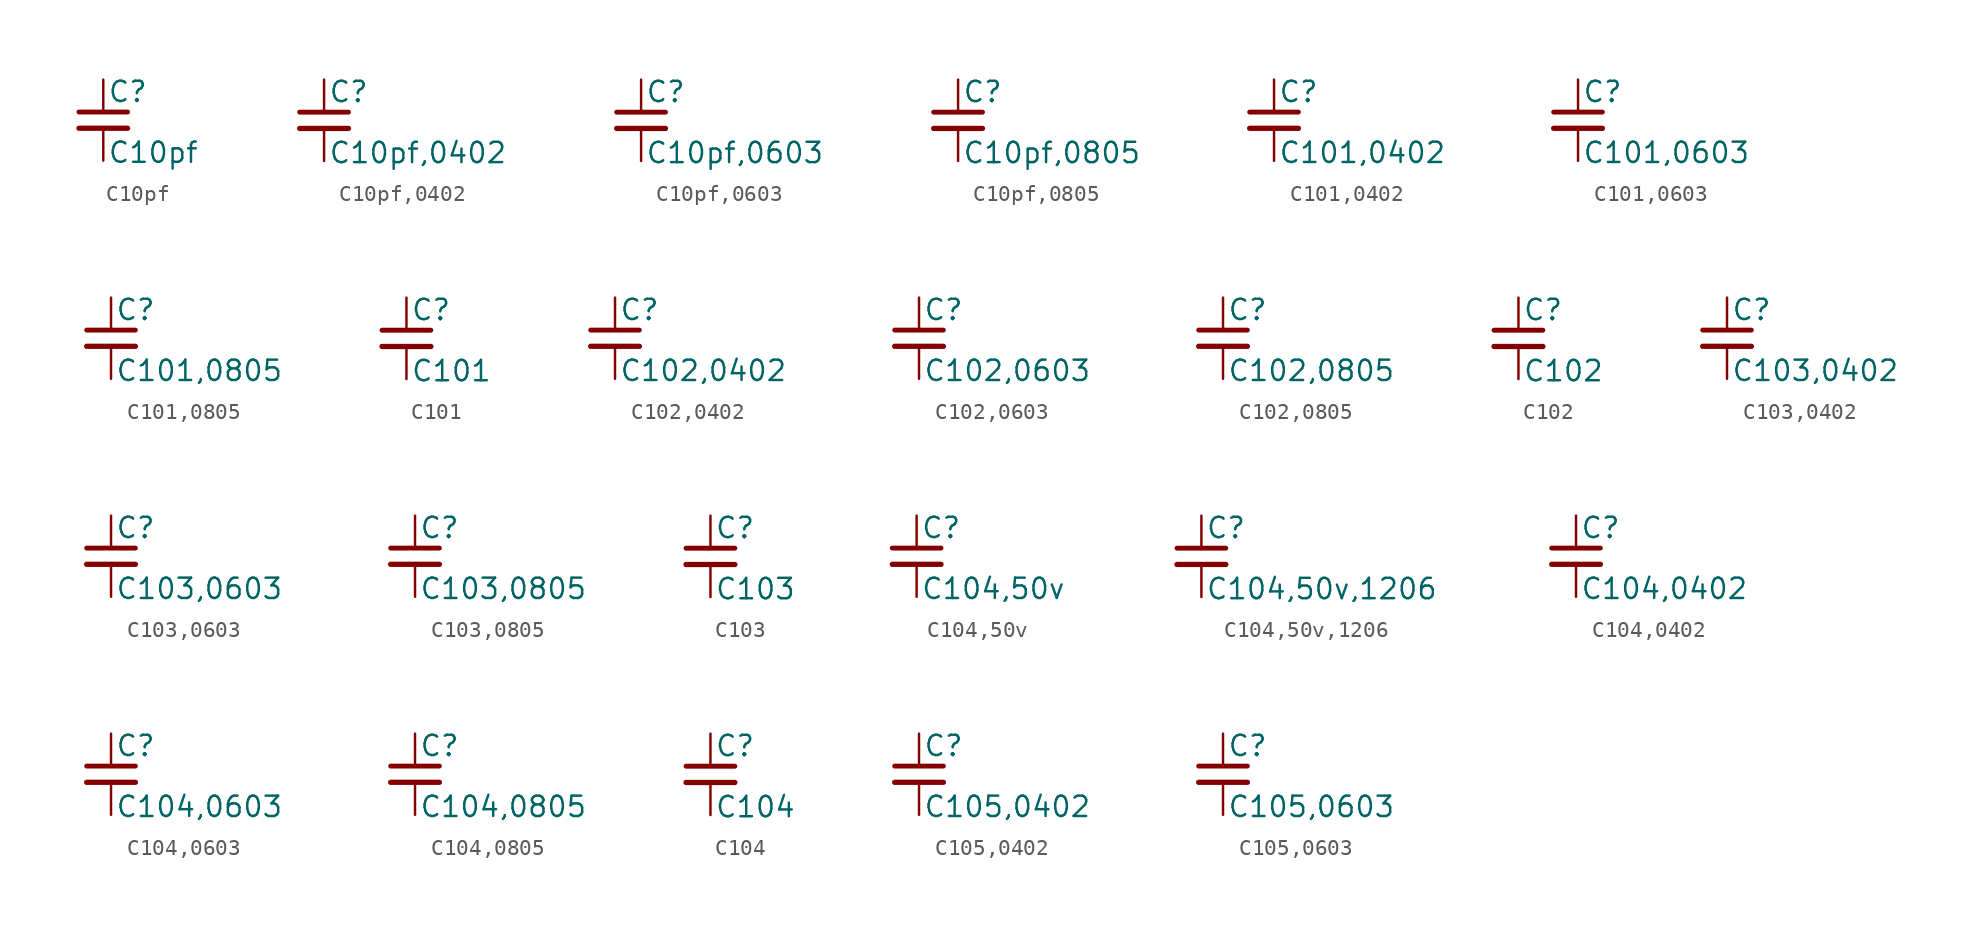
<source format=kicad_sym>
(kicad_symbol_lib
  (version 20211014)
  (generator kicad_symbol_editor)
  (symbol "C10pf"
    (pin_numbers hide)
    (pin_names
      (offset 0.254) hide)
    (property "Reference" "C"
      (at 0.254 1.778 0)
      (effects (font (size 1.27 1.27)) (justify left)))
    (property "Value" "C10pf"
      (at 0.254 -2.032 0)
      (effects (font (size 1.27 1.27)) (justify left)))
    (symbol "C10pf_0_1"
      (polyline (pts (xy -1.524 -0.508) (xy 1.524 -0.508)) (stroke (width 0.33) (type default) (color 0 0 0 0)) (fill (type none)))
      (polyline (pts (xy -1.524 0.508) (xy 1.524 0.508)) (stroke (width 0.305) (type default) (color 0 0 0 0)) (fill (type none))))
    (symbol "C10pf_1_1"
      (pin passive line (at 0 2.54 270) (length 2.032) (name "~" (effects (font (size 1.27 1.27)))) (number "1" (effects (font (size 1.27 1.27)))))
      (pin passive line (at 0 -2.54 90) (length 2.032) (name "~" (effects (font (size 1.27 1.27)))) (number "2" (effects (font (size 1.27 1.27)))))))
  (symbol "C10pf,0402"
    (pin_numbers hide)
    (pin_names
      (offset 0.254) hide)
    (property "Reference" "C"
      (at 0.254 1.778 0)
      (effects (font (size 1.27 1.27)) (justify left)))
    (property "Value" "C10pf,0402"
      (at 0.254 -2.032 0)
      (effects (font (size 1.27 1.27)) (justify left)))
    (symbol "C10pf,0402_0_1"
      (polyline (pts (xy -1.524 -0.508) (xy 1.524 -0.508)) (stroke (width 0.33) (type default) (color 0 0 0 0)) (fill (type none)))
      (polyline (pts (xy -1.524 0.508) (xy 1.524 0.508)) (stroke (width 0.305) (type default) (color 0 0 0 0)) (fill (type none))))
    (symbol "C10pf,0402_1_1"
      (pin passive line (at 0 2.54 270) (length 2.032) (name "~" (effects (font (size 1.27 1.27)))) (number "1" (effects (font (size 1.27 1.27)))))
      (pin passive line (at 0 -2.54 90) (length 2.032) (name "~" (effects (font (size 1.27 1.27)))) (number "2" (effects (font (size 1.27 1.27)))))))
  (symbol "C10pf,0603"
    (pin_numbers hide)
    (pin_names
      (offset 0.254) hide)
    (property "Reference" "C"
      (at 0.254 1.778 0)
      (effects (font (size 1.27 1.27)) (justify left)))
    (property "Value" "C10pf,0603"
      (at 0.254 -2.032 0)
      (effects (font (size 1.27 1.27)) (justify left)))
    (symbol "C10pf,0603_0_1"
      (polyline (pts (xy -1.524 -0.508) (xy 1.524 -0.508)) (stroke (width 0.33) (type default) (color 0 0 0 0)) (fill (type none)))
      (polyline (pts (xy -1.524 0.508) (xy 1.524 0.508)) (stroke (width 0.305) (type default) (color 0 0 0 0)) (fill (type none))))
    (symbol "C10pf,0603_1_1"
      (pin passive line (at 0 2.54 270) (length 2.032) (name "~" (effects (font (size 1.27 1.27)))) (number "1" (effects (font (size 1.27 1.27)))))
      (pin passive line (at 0 -2.54 90) (length 2.032) (name "~" (effects (font (size 1.27 1.27)))) (number "2" (effects (font (size 1.27 1.27)))))))
  (symbol "C10pf,0805"
    (pin_numbers hide)
    (pin_names
      (offset 0.254) hide)
    (property "Reference" "C"
      (at 0.254 1.778 0)
      (effects (font (size 1.27 1.27)) (justify left)))
    (property "Value" "C10pf,0805"
      (at 0.254 -2.032 0)
      (effects (font (size 1.27 1.27)) (justify left)))
    (symbol "C10pf,0805_0_1"
      (polyline (pts (xy -1.524 -0.508) (xy 1.524 -0.508)) (stroke (width 0.33) (type default) (color 0 0 0 0)) (fill (type none)))
      (polyline (pts (xy -1.524 0.508) (xy 1.524 0.508)) (stroke (width 0.305) (type default) (color 0 0 0 0)) (fill (type none))))
    (symbol "C10pf,0805_1_1"
      (pin passive line (at 0 2.54 270) (length 2.032) (name "~" (effects (font (size 1.27 1.27)))) (number "1" (effects (font (size 1.27 1.27)))))
      (pin passive line (at 0 -2.54 90) (length 2.032) (name "~" (effects (font (size 1.27 1.27)))) (number "2" (effects (font (size 1.27 1.27)))))))
  (symbol "C101,0402"
    (pin_numbers hide)
    (pin_names
      (offset 0.254) hide)
    (property "Reference" "C"
      (at 0.254 1.778 0)
      (effects (font (size 1.27 1.27)) (justify left)))
    (property "Value" "C101,0402"
      (at 0.254 -2.032 0)
      (effects (font (size 1.27 1.27)) (justify left)))
    (symbol "C101,0402_0_1"
      (polyline (pts (xy -1.524 -0.508) (xy 1.524 -0.508)) (stroke (width 0.33) (type default) (color 0 0 0 0)) (fill (type none)))
      (polyline (pts (xy -1.524 0.508) (xy 1.524 0.508)) (stroke (width 0.305) (type default) (color 0 0 0 0)) (fill (type none))))
    (symbol "C101,0402_1_1"
      (pin passive line (at 0 2.54 270) (length 2.032) (name "~" (effects (font (size 1.27 1.27)))) (number "1" (effects (font (size 1.27 1.27)))))
      (pin passive line (at 0 -2.54 90) (length 2.032) (name "~" (effects (font (size 1.27 1.27)))) (number "2" (effects (font (size 1.27 1.27)))))))
  (symbol "C101,0603"
    (pin_numbers hide)
    (pin_names
      (offset 0.254) hide)
    (property "Reference" "C"
      (at 0.254 1.778 0)
      (effects (font (size 1.27 1.27)) (justify left)))
    (property "Value" "C101,0603"
      (at 0.254 -2.032 0)
      (effects (font (size 1.27 1.27)) (justify left)))
    (symbol "C101,0603_0_1"
      (polyline (pts (xy -1.524 -0.508) (xy 1.524 -0.508)) (stroke (width 0.33) (type default) (color 0 0 0 0)) (fill (type none)))
      (polyline (pts (xy -1.524 0.508) (xy 1.524 0.508)) (stroke (width 0.305) (type default) (color 0 0 0 0)) (fill (type none))))
    (symbol "C101,0603_1_1"
      (pin passive line (at 0 2.54 270) (length 2.032) (name "~" (effects (font (size 1.27 1.27)))) (number "1" (effects (font (size 1.27 1.27)))))
      (pin passive line (at 0 -2.54 90) (length 2.032) (name "~" (effects (font (size 1.27 1.27)))) (number "2" (effects (font (size 1.27 1.27)))))))
  (symbol "C101,0805"
    (pin_numbers hide)
    (pin_names
      (offset 0.254) hide)
    (property "Reference" "C"
      (at 0.254 1.778 0)
      (effects (font (size 1.27 1.27)) (justify left)))
    (property "Value" "C101,0805"
      (at 0.254 -2.032 0)
      (effects (font (size 1.27 1.27)) (justify left)))
    (symbol "C101,0805_0_1"
      (polyline (pts (xy -1.524 -0.508) (xy 1.524 -0.508)) (stroke (width 0.33) (type default) (color 0 0 0 0)) (fill (type none)))
      (polyline (pts (xy -1.524 0.508) (xy 1.524 0.508)) (stroke (width 0.305) (type default) (color 0 0 0 0)) (fill (type none))))
    (symbol "C101,0805_1_1"
      (pin passive line (at 0 2.54 270) (length 2.032) (name "~" (effects (font (size 1.27 1.27)))) (number "1" (effects (font (size 1.27 1.27)))))
      (pin passive line (at 0 -2.54 90) (length 2.032) (name "~" (effects (font (size 1.27 1.27)))) (number "2" (effects (font (size 1.27 1.27)))))))
  (symbol "C101"
    (pin_numbers hide)
    (pin_names
      (offset 0.254) hide)
    (property "Reference" "C"
      (at 0.254 1.778 0)
      (effects (font (size 1.27 1.27)) (justify left)))
    (property "Value" "C101"
      (at 0.254 -2.032 0)
      (effects (font (size 1.27 1.27)) (justify left)))
    (symbol "C101_0_1"
      (polyline (pts (xy -1.524 -0.508) (xy 1.524 -0.508)) (stroke (width 0.33) (type default) (color 0 0 0 0)) (fill (type none)))
      (polyline (pts (xy -1.524 0.508) (xy 1.524 0.508)) (stroke (width 0.305) (type default) (color 0 0 0 0)) (fill (type none))))
    (symbol "C101_1_1"
      (pin passive line (at 0 2.54 270) (length 2.032) (name "~" (effects (font (size 1.27 1.27)))) (number "1" (effects (font (size 1.27 1.27)))))
      (pin passive line (at 0 -2.54 90) (length 2.032) (name "~" (effects (font (size 1.27 1.27)))) (number "2" (effects (font (size 1.27 1.27)))))))
  (symbol "C102,0402"
    (pin_numbers hide)
    (pin_names
      (offset 0.254) hide)
    (property "Reference" "C"
      (at 0.254 1.778 0)
      (effects (font (size 1.27 1.27)) (justify left)))
    (property "Value" "C102,0402"
      (at 0.254 -2.032 0)
      (effects (font (size 1.27 1.27)) (justify left)))
    (symbol "C102,0402_0_1"
      (polyline (pts (xy -1.524 -0.508) (xy 1.524 -0.508)) (stroke (width 0.33) (type default) (color 0 0 0 0)) (fill (type none)))
      (polyline (pts (xy -1.524 0.508) (xy 1.524 0.508)) (stroke (width 0.305) (type default) (color 0 0 0 0)) (fill (type none))))
    (symbol "C102,0402_1_1"
      (pin passive line (at 0 2.54 270) (length 2.032) (name "~" (effects (font (size 1.27 1.27)))) (number "1" (effects (font (size 1.27 1.27)))))
      (pin passive line (at 0 -2.54 90) (length 2.032) (name "~" (effects (font (size 1.27 1.27)))) (number "2" (effects (font (size 1.27 1.27)))))))
  (symbol "C102,0603"
    (pin_numbers hide)
    (pin_names
      (offset 0.254) hide)
    (property "Reference" "C"
      (at 0.254 1.778 0)
      (effects (font (size 1.27 1.27)) (justify left)))
    (property "Value" "C102,0603"
      (at 0.254 -2.032 0)
      (effects (font (size 1.27 1.27)) (justify left)))
    (symbol "C102,0603_0_1"
      (polyline (pts (xy -1.524 -0.508) (xy 1.524 -0.508)) (stroke (width 0.33) (type default) (color 0 0 0 0)) (fill (type none)))
      (polyline (pts (xy -1.524 0.508) (xy 1.524 0.508)) (stroke (width 0.305) (type default) (color 0 0 0 0)) (fill (type none))))
    (symbol "C102,0603_1_1"
      (pin passive line (at 0 2.54 270) (length 2.032) (name "~" (effects (font (size 1.27 1.27)))) (number "1" (effects (font (size 1.27 1.27)))))
      (pin passive line (at 0 -2.54 90) (length 2.032) (name "~" (effects (font (size 1.27 1.27)))) (number "2" (effects (font (size 1.27 1.27)))))))
  (symbol "C102,0805"
    (pin_numbers hide)
    (pin_names
      (offset 0.254) hide)
    (property "Reference" "C"
      (at 0.254 1.778 0)
      (effects (font (size 1.27 1.27)) (justify left)))
    (property "Value" "C102,0805"
      (at 0.254 -2.032 0)
      (effects (font (size 1.27 1.27)) (justify left)))
    (symbol "C102,0805_0_1"
      (polyline (pts (xy -1.524 -0.508) (xy 1.524 -0.508)) (stroke (width 0.33) (type default) (color 0 0 0 0)) (fill (type none)))
      (polyline (pts (xy -1.524 0.508) (xy 1.524 0.508)) (stroke (width 0.305) (type default) (color 0 0 0 0)) (fill (type none))))
    (symbol "C102,0805_1_1"
      (pin passive line (at 0 2.54 270) (length 2.032) (name "~" (effects (font (size 1.27 1.27)))) (number "1" (effects (font (size 1.27 1.27)))))
      (pin passive line (at 0 -2.54 90) (length 2.032) (name "~" (effects (font (size 1.27 1.27)))) (number "2" (effects (font (size 1.27 1.27)))))))
  (symbol "C102"
    (pin_numbers hide)
    (pin_names
      (offset 0.254) hide)
    (property "Reference" "C"
      (at 0.254 1.778 0)
      (effects (font (size 1.27 1.27)) (justify left)))
    (property "Value" "C102"
      (at 0.254 -2.032 0)
      (effects (font (size 1.27 1.27)) (justify left)))
    (symbol "C102_0_1"
      (polyline (pts (xy -1.524 -0.508) (xy 1.524 -0.508)) (stroke (width 0.33) (type default) (color 0 0 0 0)) (fill (type none)))
      (polyline (pts (xy -1.524 0.508) (xy 1.524 0.508)) (stroke (width 0.305) (type default) (color 0 0 0 0)) (fill (type none))))
    (symbol "C102_1_1"
      (pin passive line (at 0 2.54 270) (length 2.032) (name "~" (effects (font (size 1.27 1.27)))) (number "1" (effects (font (size 1.27 1.27)))))
      (pin passive line (at 0 -2.54 90) (length 2.032) (name "~" (effects (font (size 1.27 1.27)))) (number "2" (effects (font (size 1.27 1.27)))))))
  (symbol "C103,0402"
    (pin_numbers hide)
    (pin_names
      (offset 0.254) hide)
    (property "Reference" "C"
      (at 0.254 1.778 0)
      (effects (font (size 1.27 1.27)) (justify left)))
    (property "Value" "C103,0402"
      (at 0.254 -2.032 0)
      (effects (font (size 1.27 1.27)) (justify left)))
    (symbol "C103,0402_0_1"
      (polyline (pts (xy -1.524 -0.508) (xy 1.524 -0.508)) (stroke (width 0.33) (type default) (color 0 0 0 0)) (fill (type none)))
      (polyline (pts (xy -1.524 0.508) (xy 1.524 0.508)) (stroke (width 0.305) (type default) (color 0 0 0 0)) (fill (type none))))
    (symbol "C103,0402_1_1"
      (pin passive line (at 0 2.54 270) (length 2.032) (name "~" (effects (font (size 1.27 1.27)))) (number "1" (effects (font (size 1.27 1.27)))))
      (pin passive line (at 0 -2.54 90) (length 2.032) (name "~" (effects (font (size 1.27 1.27)))) (number "2" (effects (font (size 1.27 1.27)))))))
  (symbol "C103,0603"
    (pin_numbers hide)
    (pin_names
      (offset 0.254) hide)
    (property "Reference" "C"
      (at 0.254 1.778 0)
      (effects (font (size 1.27 1.27)) (justify left)))
    (property "Value" "C103,0603"
      (at 0.254 -2.032 0)
      (effects (font (size 1.27 1.27)) (justify left)))
    (symbol "C103,0603_0_1"
      (polyline (pts (xy -1.524 -0.508) (xy 1.524 -0.508)) (stroke (width 0.33) (type default) (color 0 0 0 0)) (fill (type none)))
      (polyline (pts (xy -1.524 0.508) (xy 1.524 0.508)) (stroke (width 0.305) (type default) (color 0 0 0 0)) (fill (type none))))
    (symbol "C103,0603_1_1"
      (pin passive line (at 0 2.54 270) (length 2.032) (name "~" (effects (font (size 1.27 1.27)))) (number "1" (effects (font (size 1.27 1.27)))))
      (pin passive line (at 0 -2.54 90) (length 2.032) (name "~" (effects (font (size 1.27 1.27)))) (number "2" (effects (font (size 1.27 1.27)))))))
  (symbol "C103,0805"
    (pin_numbers hide)
    (pin_names
      (offset 0.254) hide)
    (property "Reference" "C"
      (at 0.254 1.778 0)
      (effects (font (size 1.27 1.27)) (justify left)))
    (property "Value" "C103,0805"
      (at 0.254 -2.032 0)
      (effects (font (size 1.27 1.27)) (justify left)))
    (symbol "C103,0805_0_1"
      (polyline (pts (xy -1.524 -0.508) (xy 1.524 -0.508)) (stroke (width 0.33) (type default) (color 0 0 0 0)) (fill (type none)))
      (polyline (pts (xy -1.524 0.508) (xy 1.524 0.508)) (stroke (width 0.305) (type default) (color 0 0 0 0)) (fill (type none))))
    (symbol "C103,0805_1_1"
      (pin passive line (at 0 2.54 270) (length 2.032) (name "~" (effects (font (size 1.27 1.27)))) (number "1" (effects (font (size 1.27 1.27)))))
      (pin passive line (at 0 -2.54 90) (length 2.032) (name "~" (effects (font (size 1.27 1.27)))) (number "2" (effects (font (size 1.27 1.27)))))))
  (symbol "C103"
    (pin_numbers hide)
    (pin_names
      (offset 0.254) hide)
    (property "Reference" "C"
      (at 0.254 1.778 0)
      (effects (font (size 1.27 1.27)) (justify left)))
    (property "Value" "C103"
      (at 0.254 -2.032 0)
      (effects (font (size 1.27 1.27)) (justify left)))
    (symbol "C103_0_1"
      (polyline (pts (xy -1.524 -0.508) (xy 1.524 -0.508)) (stroke (width 0.33) (type default) (color 0 0 0 0)) (fill (type none)))
      (polyline (pts (xy -1.524 0.508) (xy 1.524 0.508)) (stroke (width 0.305) (type default) (color 0 0 0 0)) (fill (type none))))
    (symbol "C103_1_1"
      (pin passive line (at 0 2.54 270) (length 2.032) (name "~" (effects (font (size 1.27 1.27)))) (number "1" (effects (font (size 1.27 1.27)))))
      (pin passive line (at 0 -2.54 90) (length 2.032) (name "~" (effects (font (size 1.27 1.27)))) (number "2" (effects (font (size 1.27 1.27)))))))
  (symbol "C104,50v"
    (pin_numbers hide)
    (pin_names
      (offset 0.254) hide)
    (property "Reference" "C"
      (at 0.254 1.778 0)
      (effects (font (size 1.27 1.27)) (justify left)))
    (property "Value" "C104,50v"
      (at 0.254 -2.032 0)
      (effects (font (size 1.27 1.27)) (justify left)))
    (symbol "C104,50v_0_1"
      (polyline (pts (xy -1.524 -0.508) (xy 1.524 -0.508)) (stroke (width 0.33) (type default) (color 0 0 0 0)) (fill (type none)))
      (polyline (pts (xy -1.524 0.508) (xy 1.524 0.508)) (stroke (width 0.305) (type default) (color 0 0 0 0)) (fill (type none))))
    (symbol "C104,50v_1_1"
      (pin passive line (at 0 2.54 270) (length 2.032) (name "~" (effects (font (size 1.27 1.27)))) (number "1" (effects (font (size 1.27 1.27)))))
      (pin passive line (at 0 -2.54 90) (length 2.032) (name "~" (effects (font (size 1.27 1.27)))) (number "2" (effects (font (size 1.27 1.27)))))))
  (symbol "C104,50v,1206"
    (pin_numbers hide)
    (pin_names
      (offset 0.254) hide)
    (property "Reference" "C"
      (at 0.254 1.778 0)
      (effects (font (size 1.27 1.27)) (justify left)))
    (property "Value" "C104,50v,1206"
      (at 0.254 -2.032 0)
      (effects (font (size 1.27 1.27)) (justify left)))
    (symbol "C104,50v,1206_0_1"
      (polyline (pts (xy -1.524 -0.508) (xy 1.524 -0.508)) (stroke (width 0.33) (type default) (color 0 0 0 0)) (fill (type none)))
      (polyline (pts (xy -1.524 0.508) (xy 1.524 0.508)) (stroke (width 0.305) (type default) (color 0 0 0 0)) (fill (type none))))
    (symbol "C104,50v,1206_1_1"
      (pin passive line (at 0 2.54 270) (length 2.032) (name "~" (effects (font (size 1.27 1.27)))) (number "1" (effects (font (size 1.27 1.27)))))
      (pin passive line (at 0 -2.54 90) (length 2.032) (name "~" (effects (font (size 1.27 1.27)))) (number "2" (effects (font (size 1.27 1.27)))))))
  (symbol "C104,0402"
    (pin_numbers hide)
    (pin_names
      (offset 0.254) hide)
    (property "Reference" "C"
      (at 0.254 1.778 0)
      (effects (font (size 1.27 1.27)) (justify left)))
    (property "Value" "C104,0402"
      (at 0.254 -2.032 0)
      (effects (font (size 1.27 1.27)) (justify left)))
    (symbol "C104,0402_0_1"
      (polyline (pts (xy -1.524 -0.508) (xy 1.524 -0.508)) (stroke (width 0.33) (type default) (color 0 0 0 0)) (fill (type none)))
      (polyline (pts (xy -1.524 0.508) (xy 1.524 0.508)) (stroke (width 0.305) (type default) (color 0 0 0 0)) (fill (type none))))
    (symbol "C104,0402_1_1"
      (pin passive line (at 0 2.54 270) (length 2.032) (name "~" (effects (font (size 1.27 1.27)))) (number "1" (effects (font (size 1.27 1.27)))))
      (pin passive line (at 0 -2.54 90) (length 2.032) (name "~" (effects (font (size 1.27 1.27)))) (number "2" (effects (font (size 1.27 1.27)))))))
  (symbol "C104,0603"
    (pin_numbers hide)
    (pin_names
      (offset 0.254) hide)
    (property "Reference" "C"
      (at 0.254 1.778 0)
      (effects (font (size 1.27 1.27)) (justify left)))
    (property "Value" "C104,0603"
      (at 0.254 -2.032 0)
      (effects (font (size 1.27 1.27)) (justify left)))
    (symbol "C104,0603_0_1"
      (polyline (pts (xy -1.524 -0.508) (xy 1.524 -0.508)) (stroke (width 0.33) (type default) (color 0 0 0 0)) (fill (type none)))
      (polyline (pts (xy -1.524 0.508) (xy 1.524 0.508)) (stroke (width 0.305) (type default) (color 0 0 0 0)) (fill (type none))))
    (symbol "C104,0603_1_1"
      (pin passive line (at 0 2.54 270) (length 2.032) (name "~" (effects (font (size 1.27 1.27)))) (number "1" (effects (font (size 1.27 1.27)))))
      (pin passive line (at 0 -2.54 90) (length 2.032) (name "~" (effects (font (size 1.27 1.27)))) (number "2" (effects (font (size 1.27 1.27)))))))
  (symbol "C104,0805"
    (pin_numbers hide)
    (pin_names
      (offset 0.254) hide)
    (property "Reference" "C"
      (at 0.254 1.778 0)
      (effects (font (size 1.27 1.27)) (justify left)))
    (property "Value" "C104,0805"
      (at 0.254 -2.032 0)
      (effects (font (size 1.27 1.27)) (justify left)))
    (symbol "C104,0805_0_1"
      (polyline (pts (xy -1.524 -0.508) (xy 1.524 -0.508)) (stroke (width 0.33) (type default) (color 0 0 0 0)) (fill (type none)))
      (polyline (pts (xy -1.524 0.508) (xy 1.524 0.508)) (stroke (width 0.305) (type default) (color 0 0 0 0)) (fill (type none))))
    (symbol "C104,0805_1_1"
      (pin passive line (at 0 2.54 270) (length 2.032) (name "~" (effects (font (size 1.27 1.27)))) (number "1" (effects (font (size 1.27 1.27)))))
      (pin passive line (at 0 -2.54 90) (length 2.032) (name "~" (effects (font (size 1.27 1.27)))) (number "2" (effects (font (size 1.27 1.27)))))))
  (symbol "C104"
    (pin_numbers hide)
    (pin_names
      (offset 0.254) hide)
    (property "Reference" "C"
      (at 0.254 1.778 0)
      (effects (font (size 1.27 1.27)) (justify left)))
    (property "Value" "C104"
      (at 0.254 -2.032 0)
      (effects (font (size 1.27 1.27)) (justify left)))
    (symbol "C104_0_1"
      (polyline (pts (xy -1.524 -0.508) (xy 1.524 -0.508)) (stroke (width 0.33) (type default) (color 0 0 0 0)) (fill (type none)))
      (polyline (pts (xy -1.524 0.508) (xy 1.524 0.508)) (stroke (width 0.305) (type default) (color 0 0 0 0)) (fill (type none))))
    (symbol "C104_1_1"
      (pin passive line (at 0 2.54 270) (length 2.032) (name "~" (effects (font (size 1.27 1.27)))) (number "1" (effects (font (size 1.27 1.27)))))
      (pin passive line (at 0 -2.54 90) (length 2.032) (name "~" (effects (font (size 1.27 1.27)))) (number "2" (effects (font (size 1.27 1.27)))))))
  (symbol "C105,0402"
    (pin_numbers hide)
    (pin_names
      (offset 0.254) hide)
    (property "Reference" "C"
      (at 0.254 1.778 0)
      (effects (font (size 1.27 1.27)) (justify left)))
    (property "Value" "C105,0402"
      (at 0.254 -2.032 0)
      (effects (font (size 1.27 1.27)) (justify left)))
    (symbol "C105,0402_0_1"
      (polyline (pts (xy -1.524 -0.508) (xy 1.524 -0.508)) (stroke (width 0.33) (type default) (color 0 0 0 0)) (fill (type none)))
      (polyline (pts (xy -1.524 0.508) (xy 1.524 0.508)) (stroke (width 0.305) (type default) (color 0 0 0 0)) (fill (type none))))
    (symbol "C105,0402_1_1"
      (pin passive line (at 0 2.54 270) (length 2.032) (name "~" (effects (font (size 1.27 1.27)))) (number "1" (effects (font (size 1.27 1.27)))))
      (pin passive line (at 0 -2.54 90) (length 2.032) (name "~" (effects (font (size 1.27 1.27)))) (number "2" (effects (font (size 1.27 1.27)))))))
  (symbol "C105,0603"
    (pin_numbers hide)
    (pin_names
      (offset 0.254) hide)
    (property "Reference" "C"
      (at 0.254 1.778 0)
      (effects (font (size 1.27 1.27)) (justify left)))
    (property "Value" "C105,0603"
      (at 0.254 -2.032 0)
      (effects (font (size 1.27 1.27)) (justify left)))
    (symbol "C105,0603_0_1"
      (polyline (pts (xy -1.524 -0.508) (xy 1.524 -0.508)) (stroke (width 0.33) (type default) (color 0 0 0 0)) (fill (type none)))
      (polyline (pts (xy -1.524 0.508) (xy 1.524 0.508)) (stroke (width 0.305) (type default) (color 0 0 0 0)) (fill (type none))))
    (symbol "C105,0603_1_1"
      (pin passive line (at 0 2.54 270) (length 2.032) (name "~" (effects (font (size 1.27 1.27)))) (number "1" (effects (font (size 1.27 1.27)))))
      (pin passive line (at 0 -2.54 90) (length 2.032) (name "~" (effects (font (size 1.27 1.27)))) (number "2" (effects (font (size 1.27 1.27))))))))
</source>
